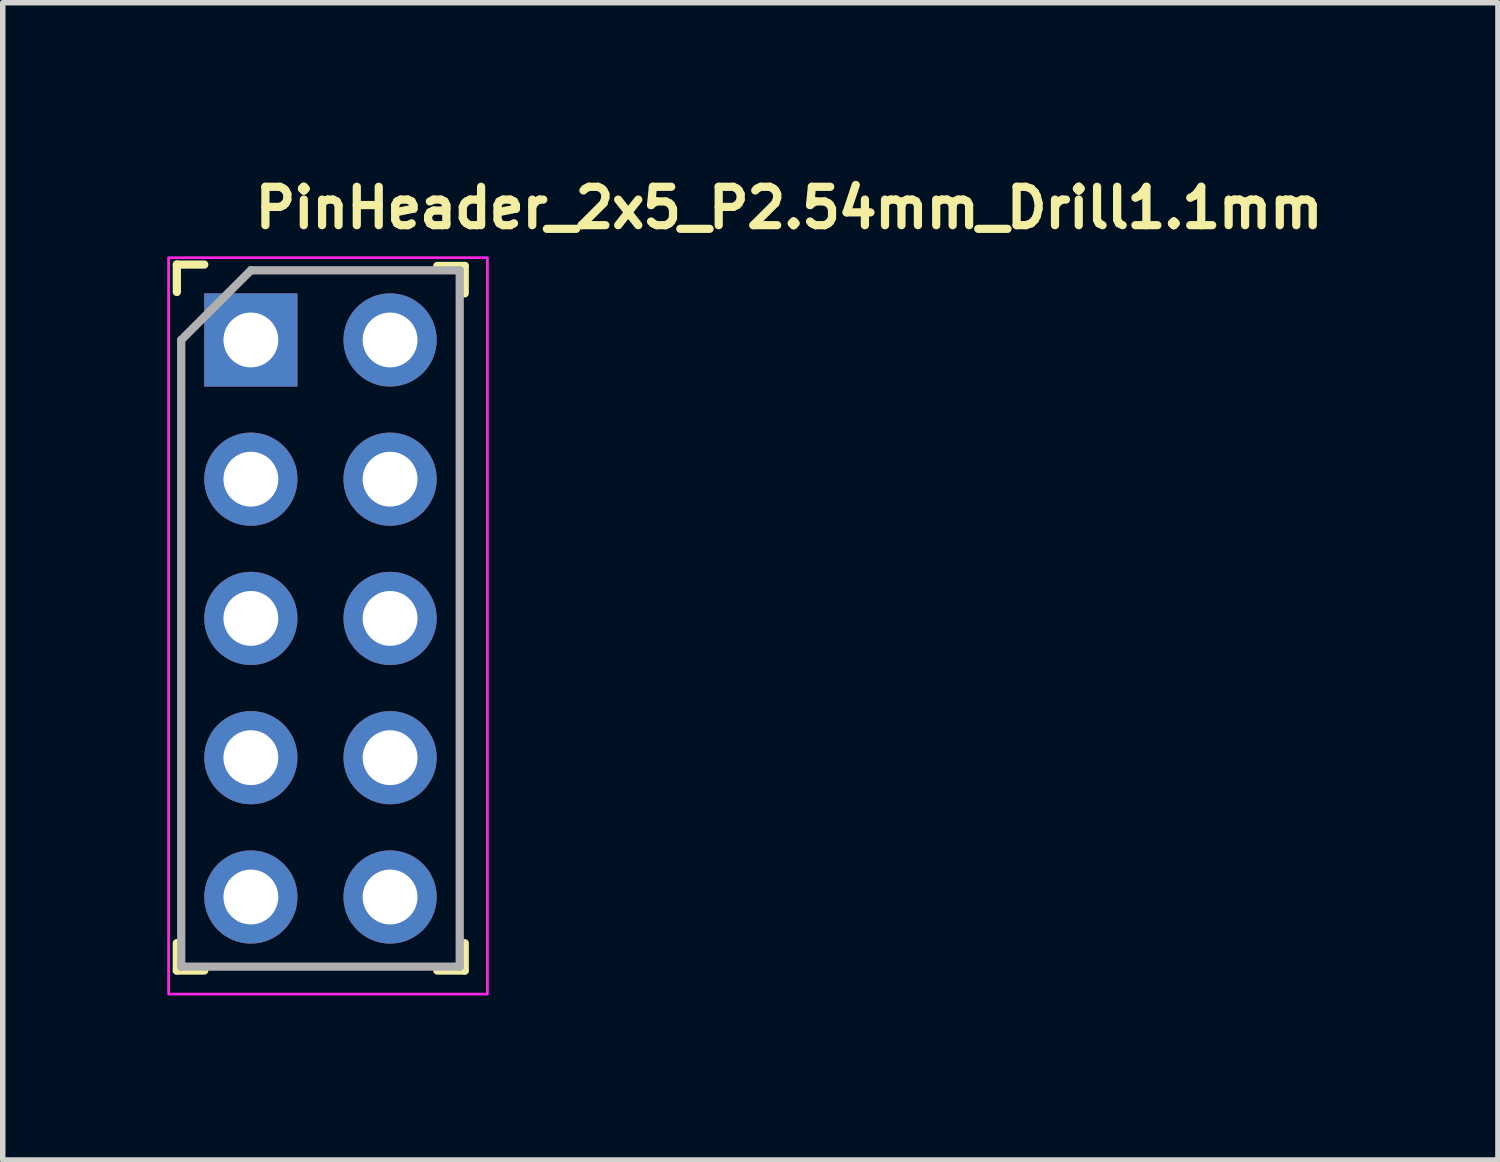
<source format=kicad_pcb>
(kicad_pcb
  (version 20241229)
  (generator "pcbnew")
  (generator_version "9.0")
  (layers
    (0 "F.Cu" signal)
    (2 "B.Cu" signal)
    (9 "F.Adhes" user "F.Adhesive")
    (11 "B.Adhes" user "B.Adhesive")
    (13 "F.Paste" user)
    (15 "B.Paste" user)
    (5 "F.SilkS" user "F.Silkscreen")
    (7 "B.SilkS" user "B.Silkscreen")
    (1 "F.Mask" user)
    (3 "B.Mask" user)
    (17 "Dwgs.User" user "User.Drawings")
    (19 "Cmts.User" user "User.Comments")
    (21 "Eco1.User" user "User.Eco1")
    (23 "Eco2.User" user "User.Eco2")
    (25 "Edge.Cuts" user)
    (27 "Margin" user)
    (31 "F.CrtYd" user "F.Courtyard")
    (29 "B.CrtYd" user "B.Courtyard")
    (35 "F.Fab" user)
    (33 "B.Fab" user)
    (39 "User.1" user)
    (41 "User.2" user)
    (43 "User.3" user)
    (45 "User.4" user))
  (footprint "PinHeader_2x5_P2.54mm_Drill1.1mm"
    (layer "F.Cu")
    (at 1.525 3.15)
    (property "Reference" "PinHeader_2x5_P2.54mm_Drill1.1mm" (at 0 -2 0) (layer "F.SilkS") (effects (font (size 0.7 0.7) (thickness 0.15)) (justify left bottom)))
    (attr through_hole)
    (fp_line (start -1.35 -1.375) (end -1.35 -0.875) (stroke (width 0.15) (type solid)) (layer "F.SilkS"))
    (fp_line (start -1.35 -1.375) (end -0.85 -1.375) (stroke (width 0.15) (type solid)) (layer "F.SilkS"))
    (fp_line (start -1.35 11.5) (end -1.35 11) (stroke (width 0.15) (type solid)) (layer "F.SilkS"))
    (fp_line (start -1.35 11.5) (end -0.85 11.5) (stroke (width 0.15) (type solid)) (layer "F.SilkS"))
    (fp_line (start 3.9 -1.35) (end 3.4 -1.35) (stroke (width 0.15) (type solid)) (layer "F.SilkS"))
    (fp_line (start 3.9 -1.35) (end 3.9 -0.85) (stroke (width 0.15) (type solid)) (layer "F.SilkS"))
    (fp_line (start 3.9 11.5) (end 3.4 11.5) (stroke (width 0.15) (type solid)) (layer "F.SilkS"))
    (fp_line (start 3.9 11.5) (end 3.9 11) (stroke (width 0.15) (type solid)) (layer "F.SilkS"))
    (fp_rect (start -1.5 -1.5) (end 4.314 11.93) (stroke (width 0.05) (type solid)) (fill no) (layer "F.CrtYd"))
    (fp_line (start -1.27 0) (end 0 -1.27) (stroke (width 0.15) (type solid)) (layer "F.Fab"))
    (fp_line (start -1.27 11.429) (end -1.27 0) (stroke (width 0.15) (type solid)) (layer "F.Fab"))
    (fp_line (start 0 -1.27) (end 3.809 -1.27) (stroke (width 0.15) (type solid)) (layer "F.Fab"))
    (fp_line (start 3.809 -1.27) (end 3.809 11.429) (stroke (width 0.15) (type solid)) (layer "F.Fab"))
    (fp_line (start 3.809 11.429) (end -1.27 11.429) (stroke (width 0.15) (type solid)) (layer "F.Fab"))
    (fp_rect (start -1.265 -1.27) (end 3.814 11.43) (stroke (width 0.1) (type solid)) (fill no) (layer "User.5"))
    (fp_line (start -1.265 -1.02) (end -1.265 1.02) (stroke (width 0.02) (type solid)) (layer "User.9"))
    (fp_line (start -1.265 -1.02) (end -0.765 -1.27) (stroke (width 0.02) (type solid)) (layer "User.9"))
    (fp_line (start -1.265 1.52) (end -1.265 3.559) (stroke (width 0.02) (type solid)) (layer "User.9"))
    (fp_line (start -1.265 1.52) (end -0.765 1.27) (stroke (width 0.02) (type solid)) (layer "User.9"))
    (fp_line (start -1.265 4.059) (end -1.265 6.099) (stroke (width 0.02) (type solid)) (layer "User.9"))
    (fp_line (start -1.265 4.059) (end -0.765 3.809) (stroke (width 0.02) (type solid)) (layer "User.9"))
    (fp_line (start -1.265 6.599) (end -1.265 8.64) (stroke (width 0.02) (type solid)) (layer "User.9"))
    (fp_line (start -1.265 6.599) (end -0.765 6.349) (stroke (width 0.02) (type solid)) (layer "User.9"))
    (fp_line (start -1.265 9.14) (end -1.265 11.18) (stroke (width 0.02) (type solid)) (layer "User.9"))
    (fp_line (start -1.265 9.14) (end -0.765 8.89) (stroke (width 0.02) (type solid)) (layer "User.9"))
    (fp_line (start -0.765 1.27) (end -1.265 1.02) (stroke (width 0.02) (type solid)) (layer "User.9"))
    (fp_line (start -0.765 3.809) (end -1.265 3.559) (stroke (width 0.02) (type solid)) (layer "User.9"))
    (fp_line (start -0.765 6.349) (end -1.265 6.099) (stroke (width 0.02) (type solid)) (layer "User.9"))
    (fp_line (start -0.765 8.89) (end -1.265 8.64) (stroke (width 0.02) (type solid)) (layer "User.9"))
    (fp_line (start -0.765 11.43) (end -1.265 11.18) (stroke (width 0.02) (type solid)) (layer "User.9"))
    (fp_line (start -0.315 -0.32) (end 0.323 -0.32) (stroke (width 0.02) (type solid)) (layer "User.9"))
    (fp_line (start -0.315 0.321) (end -0.315 -0.32) (stroke (width 0.02) (type solid)) (layer "User.9"))
    (fp_line (start -0.315 0.321) (end -0.116 0.119) (stroke (width 0.02) (type solid)) (layer "User.9"))
    (fp_line (start -0.315 2.22) (end 0.323 2.22) (stroke (width 0.02) (type solid)) (layer "User.9"))
    (fp_line (start -0.315 2.858) (end -0.315 2.22) (stroke (width 0.02) (type solid)) (layer "User.9"))
    (fp_line (start -0.315 2.858) (end -0.116 2.66) (stroke (width 0.02) (type solid)) (layer "User.9"))
    (fp_line (start -0.315 4.76) (end 0.323 4.76) (stroke (width 0.02) (type solid)) (layer "User.9"))
    (fp_line (start -0.315 5.401) (end -0.315 4.76) (stroke (width 0.02) (type solid)) (layer "User.9"))
    (fp_line (start -0.315 5.401) (end -0.116 5.2) (stroke (width 0.02) (type solid)) (layer "User.9"))
    (fp_line (start -0.315 7.3) (end 0.323 7.3) (stroke (width 0.02) (type solid)) (layer "User.9"))
    (fp_line (start -0.315 7.941) (end -0.315 7.3) (stroke (width 0.02) (type solid)) (layer "User.9"))
    (fp_line (start -0.315 7.941) (end -0.116 7.74) (stroke (width 0.02) (type solid)) (layer "User.9"))
    (fp_line (start -0.315 9.839) (end 0.323 9.839) (stroke (width 0.02) (type solid)) (layer "User.9"))
    (fp_line (start -0.315 10.48) (end -0.315 9.839) (stroke (width 0.02) (type solid)) (layer "User.9"))
    (fp_line (start -0.315 10.48) (end -0.116 10.278) (stroke (width 0.02) (type solid)) (layer "User.9"))
    (fp_line (start -0.116 -0.119) (end -0.315 -0.32) (stroke (width 0.02) (type solid)) (layer "User.9"))
    (fp_line (start -0.116 -0.119) (end -0.116 0.119) (stroke (width 0.02) (type solid)) (layer "User.9"))
    (fp_line (start -0.116 0.119) (end 0.125 0.119) (stroke (width 0.02) (type solid)) (layer "User.9"))
    (fp_line (start -0.116 2.418) (end -0.315 2.22) (stroke (width 0.02) (type solid)) (layer "User.9"))
    (fp_line (start -0.116 2.418) (end -0.116 2.66) (stroke (width 0.02) (type solid)) (layer "User.9"))
    (fp_line (start -0.116 2.66) (end 0.125 2.66) (stroke (width 0.02) (type solid)) (layer "User.9"))
    (fp_line (start -0.116 4.96) (end -0.315 4.76) (stroke (width 0.02) (type solid)) (layer "User.9"))
    (fp_line (start -0.116 4.96) (end -0.116 5.2) (stroke (width 0.02) (type solid)) (layer "User.9"))
    (fp_line (start -0.116 5.2) (end 0.125 5.2) (stroke (width 0.02) (type solid)) (layer "User.9"))
    (fp_line (start -0.116 7.5) (end -0.315 7.3) (stroke (width 0.02) (type solid)) (layer "User.9"))
    (fp_line (start -0.116 7.5) (end -0.116 7.74) (stroke (width 0.02) (type solid)) (layer "User.9"))
    (fp_line (start -0.116 7.74) (end 0.125 7.74) (stroke (width 0.02) (type solid)) (layer "User.9"))
    (fp_line (start -0.116 10.039) (end -0.315 9.839) (stroke (width 0.02) (type solid)) (layer "User.9"))
    (fp_line (start -0.116 10.039) (end -0.116 10.278) (stroke (width 0.02) (type solid)) (layer "User.9"))
    (fp_line (start -0.116 10.278) (end 0.125 10.278) (stroke (width 0.02) (type solid)) (layer "User.9"))
    (fp_line (start 0.125 -0.119) (end -0.116 -0.119) (stroke (width 0.02) (type solid)) (layer "User.9"))
    (fp_line (start 0.125 -0.119) (end 0.323 -0.32) (stroke (width 0.02) (type solid)) (layer "User.9"))
    (fp_line (start 0.125 0.119) (end 0.125 -0.119) (stroke (width 0.02) (type solid)) (layer "User.9"))
    (fp_line (start 0.125 0.119) (end 0.323 0.321) (stroke (width 0.02) (type solid)) (layer "User.9"))
    (fp_line (start 0.125 2.418) (end -0.116 2.418) (stroke (width 0.02) (type solid)) (layer "User.9"))
    (fp_line (start 0.125 2.418) (end 0.323 2.22) (stroke (width 0.02) (type solid)) (layer "User.9"))
    (fp_line (start 0.125 2.66) (end 0.125 2.418) (stroke (width 0.02) (type solid)) (layer "User.9"))
    (fp_line (start 0.125 2.66) (end 0.323 2.858) (stroke (width 0.02) (type solid)) (layer "User.9"))
    (fp_line (start 0.125 4.96) (end -0.116 4.96) (stroke (width 0.02) (type solid)) (layer "User.9"))
    (fp_line (start 0.125 4.96) (end 0.323 4.76) (stroke (width 0.02) (type solid)) (layer "User.9"))
    (fp_line (start 0.125 5.2) (end 0.125 4.96) (stroke (width 0.02) (type solid)) (layer "User.9"))
    (fp_line (start 0.125 5.2) (end 0.323 5.401) (stroke (width 0.02) (type solid)) (layer "User.9"))
    (fp_line (start 0.125 7.5) (end -0.116 7.5) (stroke (width 0.02) (type solid)) (layer "User.9"))
    (fp_line (start 0.125 7.5) (end 0.323 7.3) (stroke (width 0.02) (type solid)) (layer "User.9"))
    (fp_line (start 0.125 7.74) (end 0.125 7.5) (stroke (width 0.02) (type solid)) (layer "User.9"))
    (fp_line (start 0.125 7.74) (end 0.323 7.941) (stroke (width 0.02) (type solid)) (layer "User.9"))
    (fp_line (start 0.125 10.039) (end -0.116 10.039) (stroke (width 0.02) (type solid)) (layer "User.9"))
    (fp_line (start 0.125 10.039) (end 0.323 9.839) (stroke (width 0.02) (type solid)) (layer "User.9"))
    (fp_line (start 0.125 10.278) (end 0.125 10.039) (stroke (width 0.02) (type solid)) (layer "User.9"))
    (fp_line (start 0.125 10.278) (end 0.323 10.48) (stroke (width 0.02) (type solid)) (layer "User.9"))
    (fp_line (start 0.323 -0.32) (end 0.323 0.321) (stroke (width 0.02) (type solid)) (layer "User.9"))
    (fp_line (start 0.323 0.321) (end -0.315 0.321) (stroke (width 0.02) (type solid)) (layer "User.9"))
    (fp_line (start 0.323 2.22) (end 0.323 2.858) (stroke (width 0.02) (type solid)) (layer "User.9"))
    (fp_line (start 0.323 2.858) (end -0.315 2.858) (stroke (width 0.02) (type solid)) (layer "User.9"))
    (fp_line (start 0.323 4.76) (end 0.323 5.401) (stroke (width 0.02) (type solid)) (layer "User.9"))
    (fp_line (start 0.323 5.401) (end -0.315 5.401) (stroke (width 0.02) (type solid)) (layer "User.9"))
    (fp_line (start 0.323 7.3) (end 0.323 7.941) (stroke (width 0.02) (type solid)) (layer "User.9"))
    (fp_line (start 0.323 7.941) (end -0.315 7.941) (stroke (width 0.02) (type solid)) (layer "User.9"))
    (fp_line (start 0.323 9.839) (end 0.323 10.48) (stroke (width 0.02) (type solid)) (layer "User.9"))
    (fp_line (start 0.323 10.48) (end -0.315 10.48) (stroke (width 0.02) (type solid)) (layer "User.9"))
    (fp_line (start 2.225 -0.32) (end 2.865 -0.32) (stroke (width 0.02) (type solid)) (layer "User.9"))
    (fp_line (start 2.225 0.321) (end 2.225 -0.32) (stroke (width 0.02) (type solid)) (layer "User.9"))
    (fp_line (start 2.225 0.321) (end 2.425 0.119) (stroke (width 0.02) (type solid)) (layer "User.9"))
    (fp_line (start 2.225 2.22) (end 2.865 2.22) (stroke (width 0.02) (type solid)) (layer "User.9"))
    (fp_line (start 2.225 2.858) (end 2.225 2.22) (stroke (width 0.02) (type solid)) (layer "User.9"))
    (fp_line (start 2.225 2.858) (end 2.425 2.66) (stroke (width 0.02) (type solid)) (layer "User.9"))
    (fp_line (start 2.225 4.76) (end 2.865 4.76) (stroke (width 0.02) (type solid)) (layer "User.9"))
    (fp_line (start 2.225 5.401) (end 2.225 4.76) (stroke (width 0.02) (type solid)) (layer "User.9"))
    (fp_line (start 2.225 5.401) (end 2.425 5.2) (stroke (width 0.02) (type solid)) (layer "User.9"))
    (fp_line (start 2.225 7.3) (end 2.865 7.3) (stroke (width 0.02) (type solid)) (layer "User.9"))
    (fp_line (start 2.225 7.941) (end 2.225 7.3) (stroke (width 0.02) (type solid)) (layer "User.9"))
    (fp_line (start 2.225 7.941) (end 2.425 7.74) (stroke (width 0.02) (type solid)) (layer "User.9"))
    (fp_line (start 2.225 9.839) (end 2.865 9.839) (stroke (width 0.02) (type solid)) (layer "User.9"))
    (fp_line (start 2.225 10.48) (end 2.225 9.839) (stroke (width 0.02) (type solid)) (layer "User.9"))
    (fp_line (start 2.225 10.48) (end 2.425 10.278) (stroke (width 0.02) (type solid)) (layer "User.9"))
    (fp_line (start 2.425 -0.119) (end 2.225 -0.32) (stroke (width 0.02) (type solid)) (layer "User.9"))
    (fp_line (start 2.425 -0.119) (end 2.425 0.119) (stroke (width 0.02) (type solid)) (layer "User.9"))
    (fp_line (start 2.425 0.119) (end 2.664 0.119) (stroke (width 0.02) (type solid)) (layer "User.9"))
    (fp_line (start 2.425 2.418) (end 2.225 2.22) (stroke (width 0.02) (type solid)) (layer "User.9"))
    (fp_line (start 2.425 2.418) (end 2.425 2.66) (stroke (width 0.02) (type solid)) (layer "User.9"))
    (fp_line (start 2.425 2.66) (end 2.664 2.66) (stroke (width 0.02) (type solid)) (layer "User.9"))
    (fp_line (start 2.425 4.96) (end 2.225 4.76) (stroke (width 0.02) (type solid)) (layer "User.9"))
    (fp_line (start 2.425 4.96) (end 2.425 5.2) (stroke (width 0.02) (type solid)) (layer "User.9"))
    (fp_line (start 2.425 5.2) (end 2.664 5.2) (stroke (width 0.02) (type solid)) (layer "User.9"))
    (fp_line (start 2.425 7.5) (end 2.225 7.3) (stroke (width 0.02) (type solid)) (layer "User.9"))
    (fp_line (start 2.425 7.5) (end 2.425 7.74) (stroke (width 0.02) (type solid)) (layer "User.9"))
    (fp_line (start 2.425 7.74) (end 2.664 7.74) (stroke (width 0.02) (type solid)) (layer "User.9"))
    (fp_line (start 2.425 10.039) (end 2.225 9.839) (stroke (width 0.02) (type solid)) (layer "User.9"))
    (fp_line (start 2.425 10.039) (end 2.425 10.278) (stroke (width 0.02) (type solid)) (layer "User.9"))
    (fp_line (start 2.425 10.278) (end 2.664 10.278) (stroke (width 0.02) (type solid)) (layer "User.9"))
    (fp_line (start 2.664 -0.119) (end 2.425 -0.119) (stroke (width 0.02) (type solid)) (layer "User.9"))
    (fp_line (start 2.664 -0.119) (end 2.865 -0.32) (stroke (width 0.02) (type solid)) (layer "User.9"))
    (fp_line (start 2.664 0.119) (end 2.664 -0.119) (stroke (width 0.02) (type solid)) (layer "User.9"))
    (fp_line (start 2.664 0.119) (end 2.865 0.321) (stroke (width 0.02) (type solid)) (layer "User.9"))
    (fp_line (start 2.664 2.418) (end 2.425 2.418) (stroke (width 0.02) (type solid)) (layer "User.9"))
    (fp_line (start 2.664 2.418) (end 2.865 2.22) (stroke (width 0.02) (type solid)) (layer "User.9"))
    (fp_line (start 2.664 2.66) (end 2.664 2.418) (stroke (width 0.02) (type solid)) (layer "User.9"))
    (fp_line (start 2.664 2.66) (end 2.865 2.858) (stroke (width 0.02) (type solid)) (layer "User.9"))
    (fp_line (start 2.664 4.96) (end 2.425 4.96) (stroke (width 0.02) (type solid)) (layer "User.9"))
    (fp_line (start 2.664 4.96) (end 2.865 4.76) (stroke (width 0.02) (type solid)) (layer "User.9"))
    (fp_line (start 2.664 5.2) (end 2.664 4.96) (stroke (width 0.02) (type solid)) (layer "User.9"))
    (fp_line (start 2.664 5.2) (end 2.865 5.401) (stroke (width 0.02) (type solid)) (layer "User.9"))
    (fp_line (start 2.664 7.5) (end 2.425 7.5) (stroke (width 0.02) (type solid)) (layer "User.9"))
    (fp_line (start 2.664 7.5) (end 2.865 7.3) (stroke (width 0.02) (type solid)) (layer "User.9"))
    (fp_line (start 2.664 7.74) (end 2.664 7.5) (stroke (width 0.02) (type solid)) (layer "User.9"))
    (fp_line (start 2.664 7.74) (end 2.865 7.941) (stroke (width 0.02) (type solid)) (layer "User.9"))
    (fp_line (start 2.664 10.039) (end 2.425 10.039) (stroke (width 0.02) (type solid)) (layer "User.9"))
    (fp_line (start 2.664 10.039) (end 2.865 9.839) (stroke (width 0.02) (type solid)) (layer "User.9"))
    (fp_line (start 2.664 10.278) (end 2.664 10.039) (stroke (width 0.02) (type solid)) (layer "User.9"))
    (fp_line (start 2.664 10.278) (end 2.865 10.48) (stroke (width 0.02) (type solid)) (layer "User.9"))
    (fp_line (start 2.865 -0.32) (end 2.865 0.321) (stroke (width 0.02) (type solid)) (layer "User.9"))
    (fp_line (start 2.865 0.321) (end 2.225 0.321) (stroke (width 0.02) (type solid)) (layer "User.9"))
    (fp_line (start 2.865 2.22) (end 2.865 2.858) (stroke (width 0.02) (type solid)) (layer "User.9"))
    (fp_line (start 2.865 2.858) (end 2.225 2.858) (stroke (width 0.02) (type solid)) (layer "User.9"))
    (fp_line (start 2.865 4.76) (end 2.865 5.401) (stroke (width 0.02) (type solid)) (layer "User.9"))
    (fp_line (start 2.865 5.401) (end 2.225 5.401) (stroke (width 0.02) (type solid)) (layer "User.9"))
    (fp_line (start 2.865 7.3) (end 2.865 7.941) (stroke (width 0.02) (type solid)) (layer "User.9"))
    (fp_line (start 2.865 7.941) (end 2.225 7.941) (stroke (width 0.02) (type solid)) (layer "User.9"))
    (fp_line (start 2.865 9.839) (end 2.865 10.48) (stroke (width 0.02) (type solid)) (layer "User.9"))
    (fp_line (start 2.865 10.48) (end 2.225 10.48) (stroke (width 0.02) (type solid)) (layer "User.9"))
    (fp_line (start 3.315 -1.27) (end -0.765 -1.27) (stroke (width 0.02) (type solid)) (layer "User.9"))
    (fp_line (start 3.315 1.27) (end 3.814 1.02) (stroke (width 0.02) (type solid)) (layer "User.9"))
    (fp_line (start 3.315 3.809) (end 3.814 3.559) (stroke (width 0.02) (type solid)) (layer "User.9"))
    (fp_line (start 3.315 6.349) (end 3.814 6.099) (stroke (width 0.02) (type solid)) (layer "User.9"))
    (fp_line (start 3.315 8.89) (end 3.814 8.64) (stroke (width 0.02) (type solid)) (layer "User.9"))
    (fp_line (start 3.315 11.43) (end -0.765 11.43) (stroke (width 0.02) (type solid)) (layer "User.9"))
    (fp_line (start 3.315 11.43) (end 3.814 11.18) (stroke (width 0.02) (type solid)) (layer "User.9"))
    (fp_line (start 3.814 -1.02) (end 3.315 -1.27) (stroke (width 0.02) (type solid)) (layer "User.9"))
    (fp_line (start 3.814 -1.02) (end 3.814 1.02) (stroke (width 0.02) (type solid)) (layer "User.9"))
    (fp_line (start 3.814 1.52) (end 3.315 1.27) (stroke (width 0.02) (type solid)) (layer "User.9"))
    (fp_line (start 3.814 1.52) (end 3.814 3.559) (stroke (width 0.02) (type solid)) (layer "User.9"))
    (fp_line (start 3.814 4.059) (end 3.315 3.809) (stroke (width 0.02) (type solid)) (layer "User.9"))
    (fp_line (start 3.814 4.059) (end 3.814 6.099) (stroke (width 0.02) (type solid)) (layer "User.9"))
    (fp_line (start 3.814 6.599) (end 3.315 6.349) (stroke (width 0.02) (type solid)) (layer "User.9"))
    (fp_line (start 3.814 6.599) (end 3.814 8.64) (stroke (width 0.02) (type solid)) (layer "User.9"))
    (fp_line (start 3.814 9.14) (end 3.315 8.89) (stroke (width 0.02) (type solid)) (layer "User.9"))
    (fp_line (start 3.814 9.14) (end 3.814 11.18) (stroke (width 0.02) (type solid)) (layer "User.9"))
    (pad "1" thru_hole rect (at 0 0) (size 1.7 1.7) (drill 1) (layers "*.Cu" "*.Mask"))
    (pad "2" thru_hole oval (at 2.539 0) (size 1.7 1.7) (drill 1) (layers "*.Cu" "*.Mask"))
    (pad "3" thru_hole oval (at 0 2.539) (size 1.7 1.7) (drill 1) (layers "*.Cu" "*.Mask"))
    (pad "4" thru_hole oval (at 2.539 2.539) (size 1.7 1.7) (drill 1) (layers "*.Cu" "*.Mask"))
    (pad "5" thru_hole oval (at 0 5.078) (size 1.7 1.7) (drill 1) (layers "*.Cu" "*.Mask"))
    (pad "6" thru_hole oval (at 2.539 5.078) (size 1.7 1.7) (drill 1) (layers "*.Cu" "*.Mask"))
    (pad "7" thru_hole oval (at 0 7.618) (size 1.7 1.7) (drill 1) (layers "*.Cu" "*.Mask"))
    (pad "8" thru_hole oval (at 2.539 7.618) (size 1.7 1.7) (drill 1) (layers "*.Cu" "*.Mask"))
    (pad "9" thru_hole oval (at 0 10.159) (size 1.7 1.7) (drill 1) (layers "*.Cu" "*.Mask"))
    (pad "10" thru_hole oval (at 2.539 10.159) (size 1.7 1.7) (drill 1) (layers "*.Cu" "*.Mask")))
  (gr_rect
    (start -3 -3)
    (end 24.268 18.105)
    (stroke (width 0.1) (type default))
    (fill no)
    (layer "Edge.Cuts")))
</source>
